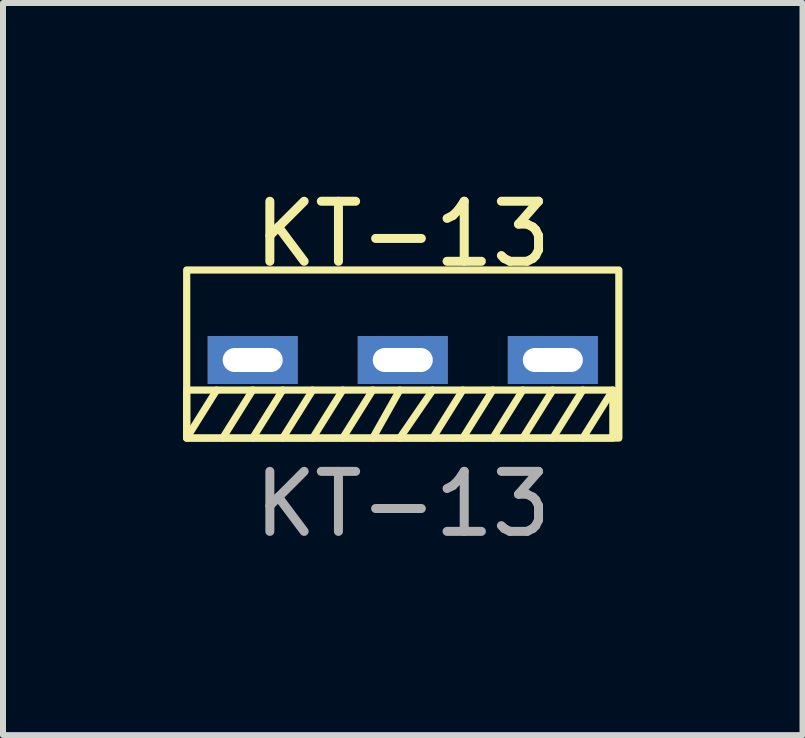
<source format=kicad_pcb>
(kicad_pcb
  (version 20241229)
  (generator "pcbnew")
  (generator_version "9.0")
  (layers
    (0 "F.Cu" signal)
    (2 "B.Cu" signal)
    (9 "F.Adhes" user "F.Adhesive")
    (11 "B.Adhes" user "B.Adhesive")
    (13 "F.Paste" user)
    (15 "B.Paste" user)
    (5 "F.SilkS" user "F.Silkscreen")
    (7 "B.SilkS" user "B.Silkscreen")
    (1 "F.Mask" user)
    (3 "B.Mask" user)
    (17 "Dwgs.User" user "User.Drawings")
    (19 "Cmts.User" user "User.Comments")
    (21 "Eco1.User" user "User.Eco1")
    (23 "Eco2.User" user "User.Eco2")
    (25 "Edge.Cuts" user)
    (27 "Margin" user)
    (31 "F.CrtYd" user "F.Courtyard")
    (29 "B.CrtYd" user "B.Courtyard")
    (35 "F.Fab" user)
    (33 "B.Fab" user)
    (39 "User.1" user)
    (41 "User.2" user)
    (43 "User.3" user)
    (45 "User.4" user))
  (footprint "KT-13"
    (layer "F.Cu")
    (at 3.66 2.848)
    (property "Reference" "KT-13" (at 0 -2 0) (unlocked yes) (layer "F.SilkS") (effects (font (size 1 1) (thickness 0.15))))
    (attr through_hole)
    (fp_line (start -3.6 1.4) (end -3.1 0.6) (stroke (width 0.12) (type solid)) (layer "F.SilkS"))
    (fp_line (start -3 1.4) (end -2.5 0.6) (stroke (width 0.12) (type solid)) (layer "F.SilkS"))
    (fp_line (start -2.5 1.4) (end -2 0.6) (stroke (width 0.12) (type solid)) (layer "F.SilkS"))
    (fp_line (start -2 1.4) (end -1.5 0.6) (stroke (width 0.12) (type solid)) (layer "F.SilkS"))
    (fp_line (start -1.5 1.4) (end -1 0.6) (stroke (width 0.12) (type solid)) (layer "F.SilkS"))
    (fp_line (start -1 1.4) (end -0.5 0.6) (stroke (width 0.12) (type solid)) (layer "F.SilkS"))
    (fp_line (start -0.5 1.4) (end -0.05 0.6) (stroke (width 0.12) (type solid)) (layer "F.SilkS"))
    (fp_line (start -0.05 1.4) (end 0.5 0.6) (stroke (width 0.12) (type solid)) (layer "F.SilkS"))
    (fp_line (start 0.5 1.4) (end 1 0.6) (stroke (width 0.12) (type solid)) (layer "F.SilkS"))
    (fp_line (start 1 1.4) (end 1.5 0.6) (stroke (width 0.12) (type solid)) (layer "F.SilkS"))
    (fp_line (start 1.5 1.4) (end 2 0.6) (stroke (width 0.12) (type solid)) (layer "F.SilkS"))
    (fp_line (start 2 1.4) (end 2.5 0.6) (stroke (width 0.12) (type solid)) (layer "F.SilkS"))
    (fp_line (start 2.5 1.4) (end 3 0.6) (stroke (width 0.12) (type solid)) (layer "F.SilkS"))
    (fp_line (start 3 1.4) (end 3.5 0.6) (stroke (width 0.12) (type solid)) (layer "F.SilkS"))
    (fp_rect (start -3.6 -1.4) (end 3.6 1.4) (stroke (width 0.12) (type solid)) (fill no) (layer "F.SilkS"))
    (fp_rect (start -3.6 1.4) (end 3.5 0.6) (stroke (width 0.12) (type solid)) (fill no) (layer "F.SilkS"))
    (fp_text user "${REFERENCE}" (at 0 2.5 0) (unlocked yes) (layer "F.Fab") (effects (font (size 1 1) (thickness 0.15))))
    (pad "1" thru_hole rect (at -2.5 0.1) (size 1.5 0.8) (drill oval 1 0.4) (layers "*.Cu" "*.Mask"))
    (pad "2" thru_hole rect (at 0 0.1) (size 1.5 0.8) (drill oval 1 0.4) (layers "*.Cu" "*.Mask"))
    (pad "3" thru_hole rect (at 2.5 0.1) (size 1.5 0.8) (drill oval 1 0.4) (layers "*.Cu" "*.Mask")))
  (gr_rect
    (start -3 -3)
    (end 10.32 9.197)
    (stroke (width 0.1) (type default))
    (fill no)
    (layer "Edge.Cuts")))
</source>
